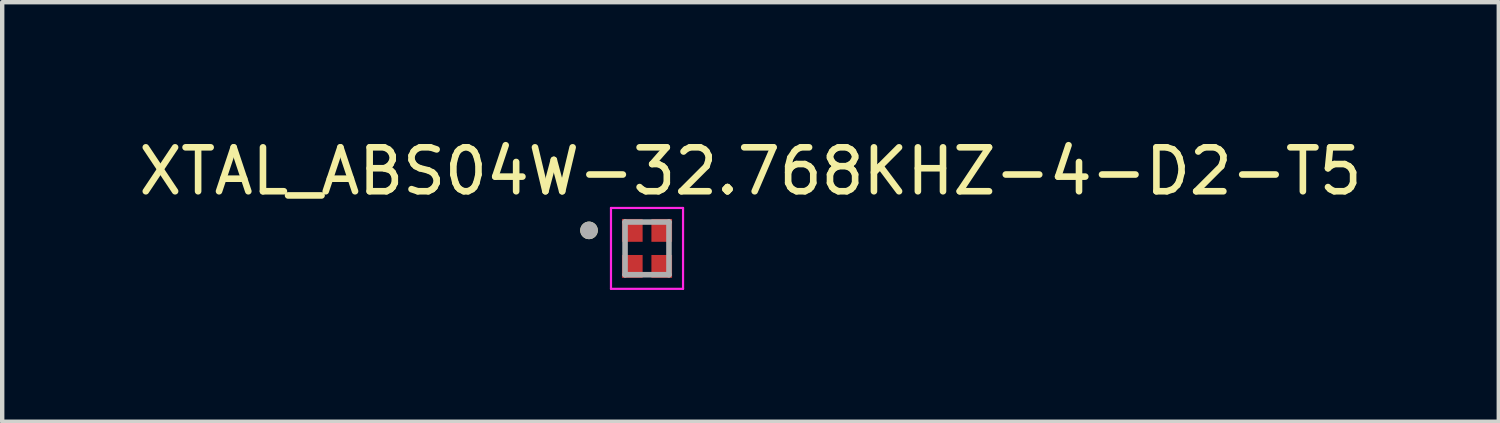
<source format=kicad_pcb>
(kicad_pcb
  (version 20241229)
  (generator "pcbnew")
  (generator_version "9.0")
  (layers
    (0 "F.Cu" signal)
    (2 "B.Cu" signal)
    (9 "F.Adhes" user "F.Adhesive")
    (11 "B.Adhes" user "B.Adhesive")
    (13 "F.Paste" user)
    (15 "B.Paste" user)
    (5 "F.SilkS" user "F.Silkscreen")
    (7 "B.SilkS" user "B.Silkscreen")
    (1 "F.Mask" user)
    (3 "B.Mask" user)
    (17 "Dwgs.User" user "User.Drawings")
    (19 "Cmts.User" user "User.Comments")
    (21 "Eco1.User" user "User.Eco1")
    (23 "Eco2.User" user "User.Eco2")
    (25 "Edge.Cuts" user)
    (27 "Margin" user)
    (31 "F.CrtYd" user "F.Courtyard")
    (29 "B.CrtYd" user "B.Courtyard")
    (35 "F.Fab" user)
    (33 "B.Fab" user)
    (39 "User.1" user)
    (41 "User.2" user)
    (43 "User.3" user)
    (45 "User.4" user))
  (footprint "XTAL_ABS04W-32.768KHZ-4-D2-T5"
    (layer "F.Cu")
    (at 11.675 2.603)
    (property "Reference" "XTAL_ABS04W-32.768KHZ-4-D2-T5" (at 2.355 -1.755 0) (layer "F.SilkS") (effects (font (size 1 1) (thickness 0.15))))
    (attr smd)
    (fp_circle (center -1.32 -0.41) (end -1.22 -0.41) (stroke (width 0.2) (type solid)) (fill no) (layer "F.SilkS"))
    (fp_line (start -0.82 -0.92) (end -0.82 0.92) (stroke (width 0.05) (type solid)) (layer "F.CrtYd"))
    (fp_line (start -0.82 -0.92) (end 0.82 -0.92) (stroke (width 0.05) (type solid)) (layer "F.CrtYd"))
    (fp_line (start 0.82 -0.92) (end 0.82 0.92) (stroke (width 0.05) (type solid)) (layer "F.CrtYd"))
    (fp_line (start 0.82 0.92) (end -0.82 0.92) (stroke (width 0.05) (type solid)) (layer "F.CrtYd"))
    (fp_line (start -0.5 -0.6) (end -0.5 0.6) (stroke (width 0.127) (type solid)) (layer "F.Fab"))
    (fp_line (start -0.5 -0.6) (end 0.5 -0.6) (stroke (width 0.127) (type solid)) (layer "F.Fab"))
    (fp_line (start 0.5 -0.6) (end 0.5 0.6) (stroke (width 0.127) (type solid)) (layer "F.Fab"))
    (fp_line (start 0.5 0.6) (end -0.5 0.6) (stroke (width 0.127) (type solid)) (layer "F.Fab"))
    (fp_circle (center -1.32 -0.41) (end -1.22 -0.41) (stroke (width 0.2) (type solid)) (fill no) (layer "F.Fab"))
    (pad "1" smd rect (at -0.335 -0.41) (size 0.47 0.52) (layers "F.Cu" "F.Mask" "F.Paste"))
    (pad "2" smd rect (at -0.335 0.41) (size 0.47 0.52) (layers "F.Cu" "F.Mask" "F.Paste"))
    (pad "3" smd rect (at 0.335 0.41) (size 0.47 0.52) (layers "F.Cu" "F.Mask" "F.Paste"))
    (pad "4" smd rect (at 0.335 -0.41) (size 0.47 0.52) (layers "F.Cu" "F.Mask" "F.Paste")))
  (gr_rect
    (start -3 -3)
    (end 31.06 6.548)
    (stroke (width 0.1) (type default))
    (fill no)
    (layer "Edge.Cuts")))
</source>
